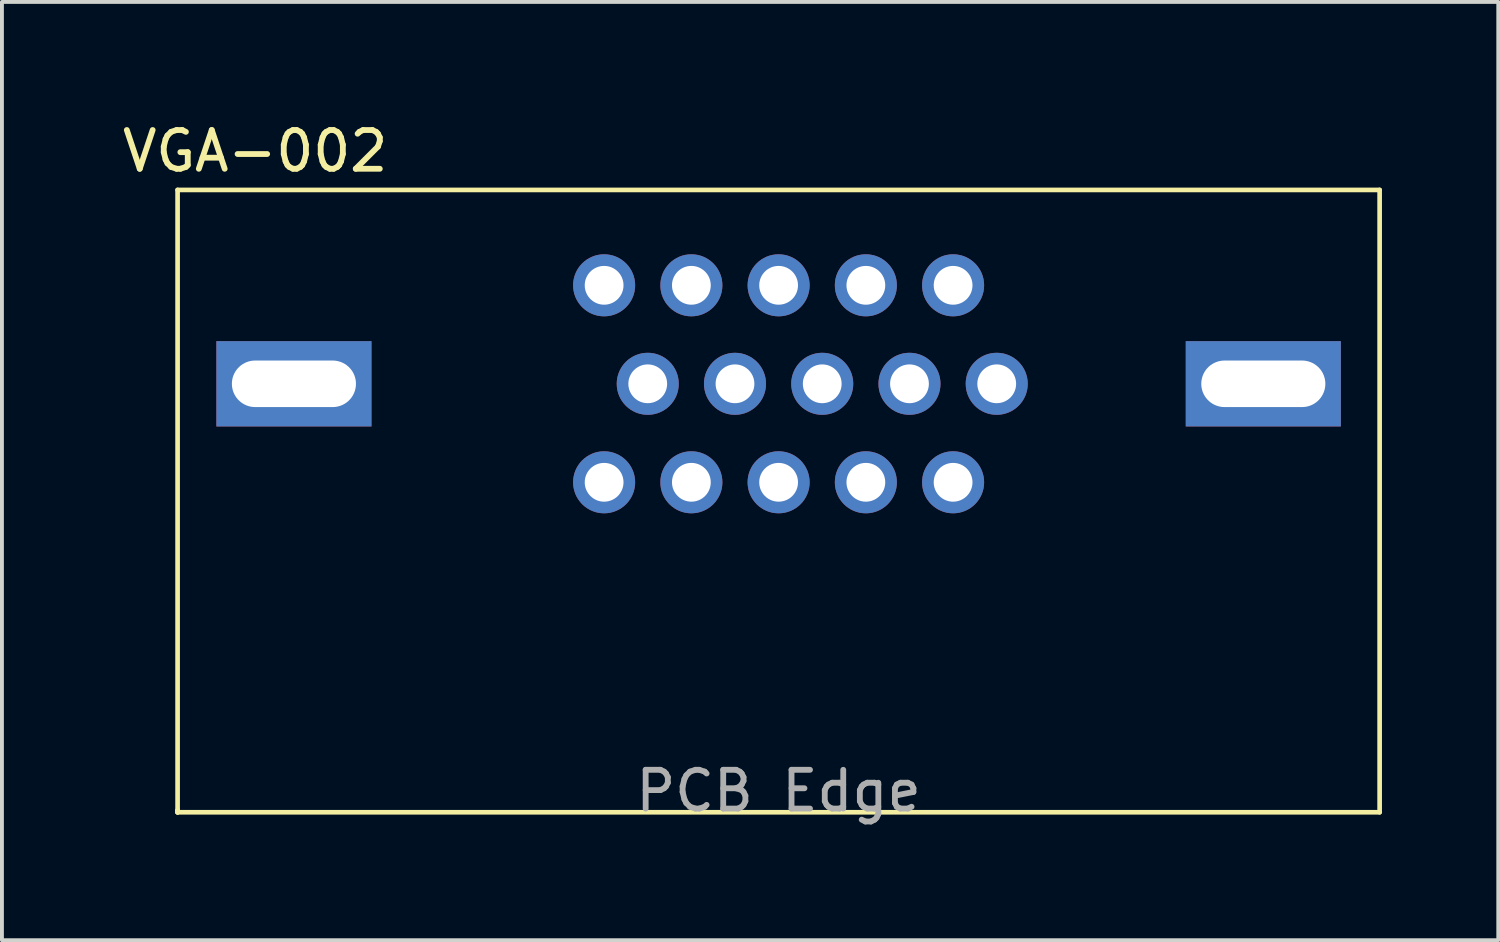
<source format=kicad_pcb>
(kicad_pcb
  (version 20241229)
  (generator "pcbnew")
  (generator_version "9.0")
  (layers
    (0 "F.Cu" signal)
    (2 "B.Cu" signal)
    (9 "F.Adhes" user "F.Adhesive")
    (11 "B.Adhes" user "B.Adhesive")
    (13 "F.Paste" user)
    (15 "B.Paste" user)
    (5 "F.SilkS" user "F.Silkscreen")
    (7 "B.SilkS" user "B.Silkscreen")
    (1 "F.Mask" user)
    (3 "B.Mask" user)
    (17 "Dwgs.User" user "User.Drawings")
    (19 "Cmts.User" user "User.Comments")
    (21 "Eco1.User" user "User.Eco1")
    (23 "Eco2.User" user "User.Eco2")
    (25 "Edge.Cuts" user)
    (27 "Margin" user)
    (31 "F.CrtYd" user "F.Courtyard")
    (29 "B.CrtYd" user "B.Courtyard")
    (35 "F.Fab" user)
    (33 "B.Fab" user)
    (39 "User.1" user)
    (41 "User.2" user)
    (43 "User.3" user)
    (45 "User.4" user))
  (footprint "VGA-002"
    (layer "F.Cu")
    (at 17.03 6.848)
    (property "Reference" "VGA-002" (at -13.5 -6 0) (layer "F.SilkS") (effects (font (size 1 1) (thickness 0.15))))
    (attr through_hole)
    (fp_line (start -15.5 -5) (end -15.5 11.05) (stroke (width 0.12) (type solid)) (layer "F.SilkS"))
    (fp_line (start -15.5 11) (end -15.5 11.05) (stroke (width 0.12) (type solid)) (layer "F.SilkS"))
    (fp_line (start -15.5 11.05) (end -15.5 11) (stroke (width 0.12) (type solid)) (layer "F.SilkS"))
    (fp_line (start 15.5 -5) (end -15.5 -5) (stroke (width 0.12) (type solid)) (layer "F.SilkS"))
    (fp_line (start 15.5 11.05) (end -15.5 11.05) (stroke (width 0.12) (type solid)) (layer "F.SilkS"))
    (fp_line (start 15.5 11.05) (end 15.5 -5) (stroke (width 0.12) (type solid)) (layer "F.SilkS"))
    (fp_text user "PCB Edge" (at 0 10.5 0) (layer "F.Fab") (effects (font (size 1 1) (thickness 0.15))))
    (pad "" thru_hole rect (at -12.5 0) (size 4 2.2) (drill oval 3.2 1.2) (layers "*.Cu" "*.Mask"))
    (pad "" thru_hole rect (at 12.5 0) (size 4 2.2) (drill oval 3.2 1.2) (layers "*.Cu" "*.Mask"))
    (pad "1" thru_hole circle (at 4.5 -2.54 90) (size 1.6 1.6) (drill 1) (layers "*.Cu" "*.Mask"))
    (pad "2" thru_hole circle (at 2.25 -2.54) (size 1.6 1.6) (drill 1) (layers "*.Cu" "*.Mask"))
    (pad "3" thru_hole circle (at 0 -2.54) (size 1.6 1.6) (drill 1) (layers "*.Cu" "*.Mask"))
    (pad "4" thru_hole circle (at -2.25 -2.54) (size 1.6 1.6) (drill 1) (layers "*.Cu" "*.Mask"))
    (pad "5" thru_hole circle (at -4.5 -2.54) (size 1.6 1.6) (drill 1) (layers "*.Cu" "*.Mask"))
    (pad "6" thru_hole circle (at 5.625 0) (size 1.6 1.6) (drill 1) (layers "*.Cu" "*.Mask"))
    (pad "7" thru_hole circle (at 3.375 0) (size 1.6 1.6) (drill 1) (layers "*.Cu" "*.Mask"))
    (pad "8" thru_hole circle (at 1.125 0) (size 1.6 1.6) (drill 1) (layers "*.Cu" "*.Mask"))
    (pad "9" thru_hole circle (at -1.125 0) (size 1.6 1.6) (drill 1) (layers "*.Cu" "*.Mask"))
    (pad "10" thru_hole circle (at -3.375 0) (size 1.6 1.6) (drill 1) (layers "*.Cu" "*.Mask"))
    (pad "11" thru_hole circle (at 4.5 2.54) (size 1.6 1.6) (drill 1) (layers "*.Cu" "*.Mask"))
    (pad "12" thru_hole circle (at 2.25 2.54) (size 1.6 1.6) (drill 1) (layers "*.Cu" "*.Mask"))
    (pad "13" thru_hole circle (at 0 2.54) (size 1.6 1.6) (drill 1) (layers "*.Cu" "*.Mask"))
    (pad "14" thru_hole circle (at -2.25 2.54) (size 1.6 1.6) (drill 1) (layers "*.Cu" "*.Mask"))
    (pad "15" thru_hole circle (at -4.5 2.54) (size 1.6 1.6) (drill 1) (layers "*.Cu" "*.Mask")))
  (gr_rect
    (start -3 -3)
    (end 35.59 21.197)
    (stroke (width 0.1) (type default))
    (fill no)
    (layer "Edge.Cuts")))
</source>
